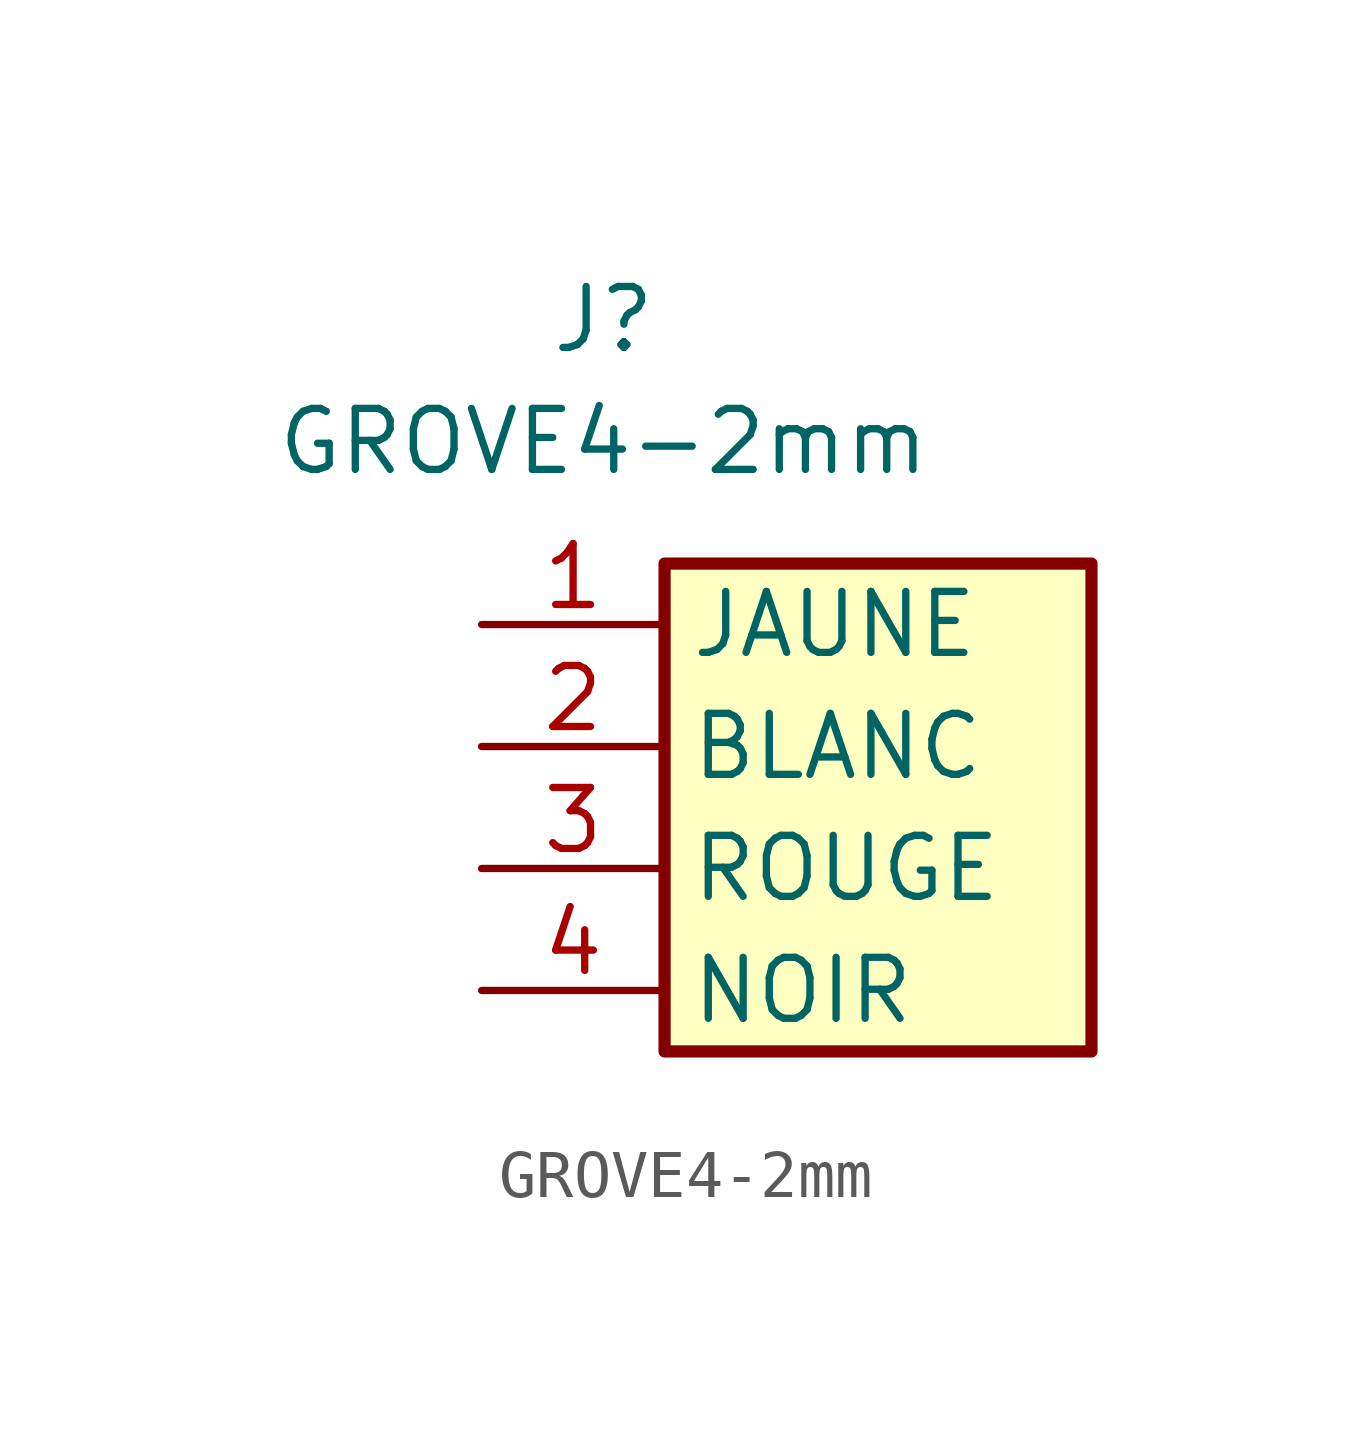
<source format=kicad_sym>
(kicad_symbol_lib
  (version 20211014)
  (generator kicad_symbol_editor)
  (symbol "GROVE4-2mm"
    (property "Reference" "J"
      (at 0 5.08 0)
      (effects (font (size 1.27 1.27))))
    (property "Value" "GROVE4-2mm"
      (at 0 2.54 0)
      (effects (font (size 1.27 1.27))))
    (symbol "GROVE4-2mm_1_1"
      (rectangle (start 1.27 0) (end 10.16 -10.16) (stroke (width 0.254) (type default) (color 0 0 0 0)) (fill (type background)))
      (pin passive line (at -2.54 -1.27 0) (length 3.81) (name "JAUNE" (effects (font (size 1.27 1.27)))) (number "1" (effects (font (size 1.27 1.27)))))
      (pin passive line (at -2.54 -3.81 0) (length 3.81) (name "BLANC" (effects (font (size 1.27 1.27)))) (number "2" (effects (font (size 1.27 1.27)))))
      (pin passive line (at -2.54 -6.35 0) (length 3.81) (name "ROUGE" (effects (font (size 1.27 1.27)))) (number "3" (effects (font (size 1.27 1.27)))))
      (pin passive line (at -2.54 -8.89 0) (length 3.81) (name "NOIR" (effects (font (size 1.27 1.27)))) (number "4" (effects (font (size 1.27 1.27))))))))
</source>
